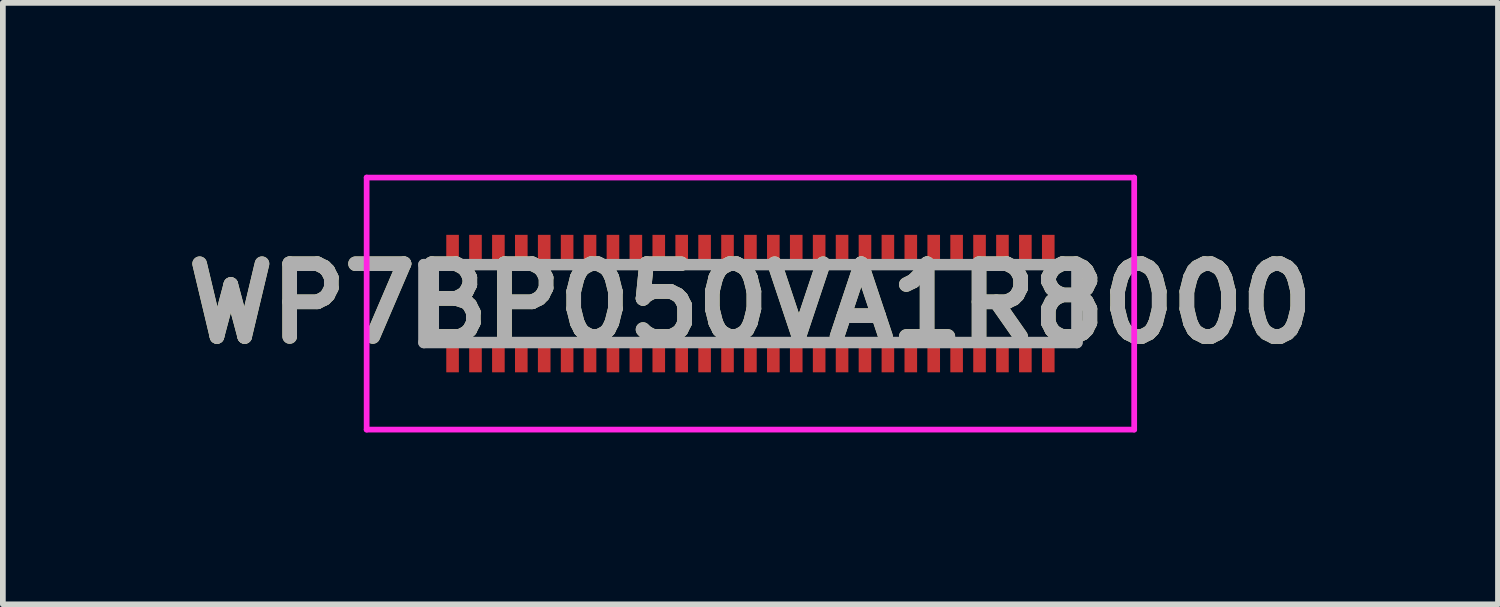
<source format=kicad_pcb>
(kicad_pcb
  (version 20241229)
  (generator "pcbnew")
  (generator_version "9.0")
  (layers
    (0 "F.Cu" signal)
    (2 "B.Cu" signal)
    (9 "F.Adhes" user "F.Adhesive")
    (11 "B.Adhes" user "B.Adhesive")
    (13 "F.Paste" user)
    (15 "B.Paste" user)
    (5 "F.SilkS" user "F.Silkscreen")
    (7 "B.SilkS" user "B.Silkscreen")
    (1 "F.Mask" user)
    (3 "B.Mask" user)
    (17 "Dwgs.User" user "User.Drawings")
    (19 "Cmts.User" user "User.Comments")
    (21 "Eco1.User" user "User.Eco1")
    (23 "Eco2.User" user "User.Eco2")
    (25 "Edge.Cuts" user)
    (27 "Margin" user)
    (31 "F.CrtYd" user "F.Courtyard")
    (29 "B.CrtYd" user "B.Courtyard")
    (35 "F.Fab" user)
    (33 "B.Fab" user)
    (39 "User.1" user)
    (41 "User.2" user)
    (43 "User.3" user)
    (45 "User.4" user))
  (footprint "WP7BP050VA1R8000"
    (layer "F.Cu")
    (at 10.051 2.25)
    (property "Reference" "WP7BP050VA1R8000" (at 0 0 0) (layer "F.SilkS") (effects (font (size 1.27 1.27) (thickness 0.254))))
    (attr smd)
    (fp_line (start -5.7 -0.68) (end -5.7 0.68) (stroke (width 0.1) (type solid)) (layer "F.SilkS"))
    (fp_line (start 5.7 -0.68) (end 5.7 0.68) (stroke (width 0.1) (type solid)) (layer "F.SilkS"))
    (fp_line (start -6.7 -2.2) (end 6.7 -2.2) (stroke (width 0.1) (type solid)) (layer "F.CrtYd"))
    (fp_line (start -6.7 2.2) (end -6.7 -2.2) (stroke (width 0.1) (type solid)) (layer "F.CrtYd"))
    (fp_line (start 6.7 -2.2) (end 6.7 2.2) (stroke (width 0.1) (type solid)) (layer "F.CrtYd"))
    (fp_line (start 6.7 2.2) (end -6.7 2.2) (stroke (width 0.1) (type solid)) (layer "F.CrtYd"))
    (fp_line (start -5.7 -0.68) (end 5.7 -0.68) (stroke (width 0.2) (type solid)) (layer "F.Fab"))
    (fp_line (start -5.7 0.68) (end -5.7 -0.68) (stroke (width 0.2) (type solid)) (layer "F.Fab"))
    (fp_line (start 5.7 -0.68) (end 5.7 0.68) (stroke (width 0.2) (type solid)) (layer "F.Fab"))
    (fp_line (start 5.7 0.68) (end -5.7 0.68) (stroke (width 0.2) (type solid)) (layer "F.Fab"))
    (fp_text user "${REFERENCE}" (at 0 0 0) (layer "F.Fab") (effects (font (size 1.27 1.27) (thickness 0.254))))
    (pad "1" smd rect (at -4.8 0.925) (size 0.22 0.55) (layers "F.Cu" "F.Mask" "F.Paste"))
    (pad "2" smd rect (at -4.8 -0.925) (size 0.22 0.55) (layers "F.Cu" "F.Mask" "F.Paste"))
    (pad "3" smd rect (at -4.4 0.925) (size 0.22 0.55) (layers "F.Cu" "F.Mask" "F.Paste"))
    (pad "4" smd rect (at -4.4 -0.925) (size 0.22 0.55) (layers "F.Cu" "F.Mask" "F.Paste"))
    (pad "5" smd rect (at -4 0.925) (size 0.22 0.55) (layers "F.Cu" "F.Mask" "F.Paste"))
    (pad "6" smd rect (at -4 -0.925) (size 0.22 0.55) (layers "F.Cu" "F.Mask" "F.Paste"))
    (pad "7" smd rect (at -3.6 0.925) (size 0.22 0.55) (layers "F.Cu" "F.Mask" "F.Paste"))
    (pad "8" smd rect (at -3.6 -0.925) (size 0.22 0.55) (layers "F.Cu" "F.Mask" "F.Paste"))
    (pad "9" smd rect (at -3.2 0.925) (size 0.22 0.55) (layers "F.Cu" "F.Mask" "F.Paste"))
    (pad "10" smd rect (at -3.2 -0.925) (size 0.22 0.55) (layers "F.Cu" "F.Mask" "F.Paste"))
    (pad "11" smd rect (at -2.8 0.925) (size 0.22 0.55) (layers "F.Cu" "F.Mask" "F.Paste"))
    (pad "12" smd rect (at -2.8 -0.925) (size 0.22 0.55) (layers "F.Cu" "F.Mask" "F.Paste"))
    (pad "13" smd rect (at -2.4 0.925) (size 0.22 0.55) (layers "F.Cu" "F.Mask" "F.Paste"))
    (pad "14" smd rect (at -2.4 -0.925) (size 0.22 0.55) (layers "F.Cu" "F.Mask" "F.Paste"))
    (pad "15" smd rect (at -2 0.925) (size 0.22 0.55) (layers "F.Cu" "F.Mask" "F.Paste"))
    (pad "16" smd rect (at -2 -0.925) (size 0.22 0.55) (layers "F.Cu" "F.Mask" "F.Paste"))
    (pad "17" smd rect (at -1.6 0.925) (size 0.22 0.55) (layers "F.Cu" "F.Mask" "F.Paste"))
    (pad "18" smd rect (at -1.6 -0.925) (size 0.22 0.55) (layers "F.Cu" "F.Mask" "F.Paste"))
    (pad "19" smd rect (at -1.2 0.925) (size 0.22 0.55) (layers "F.Cu" "F.Mask" "F.Paste"))
    (pad "20" smd rect (at -1.2 -0.925) (size 0.22 0.55) (layers "F.Cu" "F.Mask" "F.Paste"))
    (pad "21" smd rect (at -0.8 0.925) (size 0.22 0.55) (layers "F.Cu" "F.Mask" "F.Paste"))
    (pad "22" smd rect (at -0.8 -0.925) (size 0.22 0.55) (layers "F.Cu" "F.Mask" "F.Paste"))
    (pad "23" smd rect (at -0.4 0.925) (size 0.22 0.55) (layers "F.Cu" "F.Mask" "F.Paste"))
    (pad "24" smd rect (at -0.4 -0.925) (size 0.22 0.55) (layers "F.Cu" "F.Mask" "F.Paste"))
    (pad "25" smd rect (at 0 0.925) (size 0.22 0.55) (layers "F.Cu" "F.Mask" "F.Paste"))
    (pad "26" smd rect (at 0 -0.925) (size 0.22 0.55) (layers "F.Cu" "F.Mask" "F.Paste"))
    (pad "27" smd rect (at 0.4 0.925) (size 0.22 0.55) (layers "F.Cu" "F.Mask" "F.Paste"))
    (pad "28" smd rect (at 0.4 -0.925) (size 0.22 0.55) (layers "F.Cu" "F.Mask" "F.Paste"))
    (pad "29" smd rect (at 0.8 0.925) (size 0.22 0.55) (layers "F.Cu" "F.Mask" "F.Paste"))
    (pad "30" smd rect (at 0.8 -0.925) (size 0.22 0.55) (layers "F.Cu" "F.Mask" "F.Paste"))
    (pad "31" smd rect (at 1.2 0.925) (size 0.22 0.55) (layers "F.Cu" "F.Mask" "F.Paste"))
    (pad "32" smd rect (at 1.2 -0.925) (size 0.22 0.55) (layers "F.Cu" "F.Mask" "F.Paste"))
    (pad "33" smd rect (at 1.6 0.925) (size 0.22 0.55) (layers "F.Cu" "F.Mask" "F.Paste"))
    (pad "34" smd rect (at 1.6 -0.925) (size 0.22 0.55) (layers "F.Cu" "F.Mask" "F.Paste"))
    (pad "35" smd rect (at 2 0.925) (size 0.22 0.55) (layers "F.Cu" "F.Mask" "F.Paste"))
    (pad "36" smd rect (at 2 -0.925) (size 0.22 0.55) (layers "F.Cu" "F.Mask" "F.Paste"))
    (pad "37" smd rect (at 2.4 0.925) (size 0.22 0.55) (layers "F.Cu" "F.Mask" "F.Paste"))
    (pad "38" smd rect (at 2.4 -0.925) (size 0.22 0.55) (layers "F.Cu" "F.Mask" "F.Paste"))
    (pad "39" smd rect (at 2.8 0.925) (size 0.22 0.55) (layers "F.Cu" "F.Mask" "F.Paste"))
    (pad "40" smd rect (at 2.8 -0.925) (size 0.22 0.55) (layers "F.Cu" "F.Mask" "F.Paste"))
    (pad "41" smd rect (at 3.2 0.925) (size 0.22 0.55) (layers "F.Cu" "F.Mask" "F.Paste"))
    (pad "42" smd rect (at 3.2 -0.925) (size 0.22 0.55) (layers "F.Cu" "F.Mask" "F.Paste"))
    (pad "43" smd rect (at 3.6 0.925) (size 0.22 0.55) (layers "F.Cu" "F.Mask" "F.Paste"))
    (pad "44" smd rect (at 3.6 -0.925) (size 0.22 0.55) (layers "F.Cu" "F.Mask" "F.Paste"))
    (pad "45" smd rect (at 4 0.925) (size 0.22 0.55) (layers "F.Cu" "F.Mask" "F.Paste"))
    (pad "46" smd rect (at 4 -0.925) (size 0.22 0.55) (layers "F.Cu" "F.Mask" "F.Paste"))
    (pad "47" smd rect (at 4.4 0.925) (size 0.22 0.55) (layers "F.Cu" "F.Mask" "F.Paste"))
    (pad "48" smd rect (at 4.4 -0.925) (size 0.22 0.55) (layers "F.Cu" "F.Mask" "F.Paste"))
    (pad "49" smd rect (at 4.8 0.925) (size 0.22 0.55) (layers "F.Cu" "F.Mask" "F.Paste"))
    (pad "50" smd rect (at 4.8 -0.925) (size 0.22 0.55) (layers "F.Cu" "F.Mask" "F.Paste"))
    (pad "MP1" smd rect (at -5.2 0.925) (size 0.22 0.55) (layers "F.Cu" "F.Mask" "F.Paste"))
    (pad "MP2" smd rect (at -5.2 -0.925) (size 0.22 0.55) (layers "F.Cu" "F.Mask" "F.Paste"))
    (pad "MP3" smd rect (at 5.2 0.925) (size 0.22 0.55) (layers "F.Cu" "F.Mask" "F.Paste"))
    (pad "MP4" smd rect (at 5.2 -0.925) (size 0.22 0.55) (layers "F.Cu" "F.Mask" "F.Paste")))
  (gr_rect
    (start -3 -3)
    (end 23.102 7.5)
    (stroke (width 0.1) (type default))
    (fill no)
    (layer "Edge.Cuts")))
</source>
